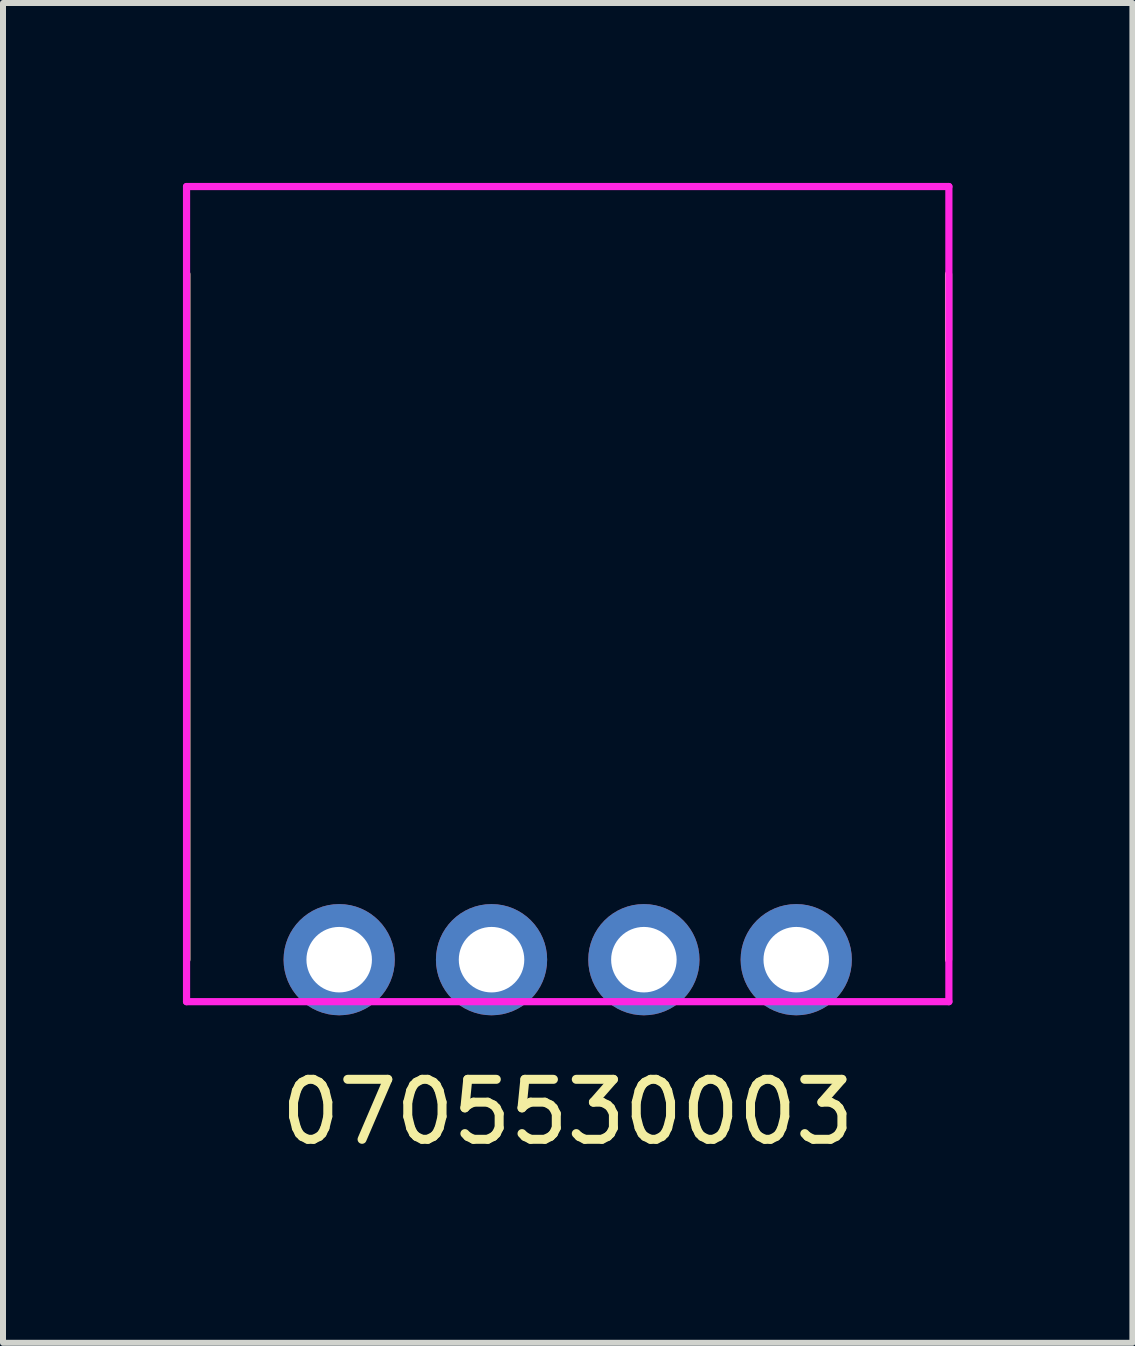
<source format=kicad_pcb>
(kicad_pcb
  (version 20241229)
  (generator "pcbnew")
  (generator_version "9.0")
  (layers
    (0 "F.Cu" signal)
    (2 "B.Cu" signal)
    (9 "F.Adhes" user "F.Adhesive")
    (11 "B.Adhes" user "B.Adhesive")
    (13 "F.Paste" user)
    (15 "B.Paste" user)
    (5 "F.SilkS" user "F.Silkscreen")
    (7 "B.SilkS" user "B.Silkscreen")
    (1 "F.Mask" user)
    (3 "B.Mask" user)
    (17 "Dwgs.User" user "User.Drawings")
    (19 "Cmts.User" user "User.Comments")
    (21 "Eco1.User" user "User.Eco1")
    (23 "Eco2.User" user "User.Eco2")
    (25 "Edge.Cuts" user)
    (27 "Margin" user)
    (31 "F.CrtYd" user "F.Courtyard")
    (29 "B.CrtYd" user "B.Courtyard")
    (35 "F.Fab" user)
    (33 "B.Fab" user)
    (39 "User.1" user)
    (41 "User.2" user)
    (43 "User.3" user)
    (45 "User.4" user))
  (footprint "0705530003"
    (layer "F.Cu")
    (at 6.415 12.95)
    (property "Reference" "0705530003" (at 0 2.54 0) (unlocked yes) (layer "F.SilkS") (effects (font (size 1 1) (thickness 0.15))))
    (attr through_hole)
    (fp_line (start -6.35 -11.43) (end -6.35 0) (stroke (width 0.12) (type solid)) (layer "F.SilkS"))
    (fp_line (start 6.35 0) (end 6.35 -11.43) (stroke (width 0.12) (type solid)) (layer "F.SilkS"))
    (fp_line (start -6.355 -12.89) (end -6.355 0.7) (stroke (width 0.12) (type solid)) (layer "F.CrtYd"))
    (fp_line (start -6.355 -12.89) (end 6.355 -12.89) (stroke (width 0.12) (type solid)) (layer "F.CrtYd"))
    (fp_line (start -6.355 0.7) (end 6.355 0.7) (stroke (width 0.12) (type solid)) (layer "F.CrtYd"))
    (fp_line (start 6.355 -12.89) (end 6.355 0.7) (stroke (width 0.12) (type solid)) (layer "F.CrtYd"))
    (pad "1" thru_hole circle (at -3.81 0) (size 1.854 1.854) (drill 1.092) (layers "*.Cu" "*.Mask"))
    (pad "2" thru_hole circle (at -1.27 0) (size 1.854 1.854) (drill 1.092) (layers "*.Cu" "*.Mask"))
    (pad "3" thru_hole circle (at 1.27 0) (size 1.854 1.854) (drill 1.092) (layers "*.Cu" "*.Mask"))
    (pad "4" thru_hole circle (at 3.81 0) (size 1.854 1.854) (drill 1.092) (layers "*.Cu" "*.Mask")))
  (gr_rect
    (start -3 -3)
    (end 15.83 19.338)
    (stroke (width 0.1) (type default))
    (fill no)
    (layer "Edge.Cuts")))
</source>
